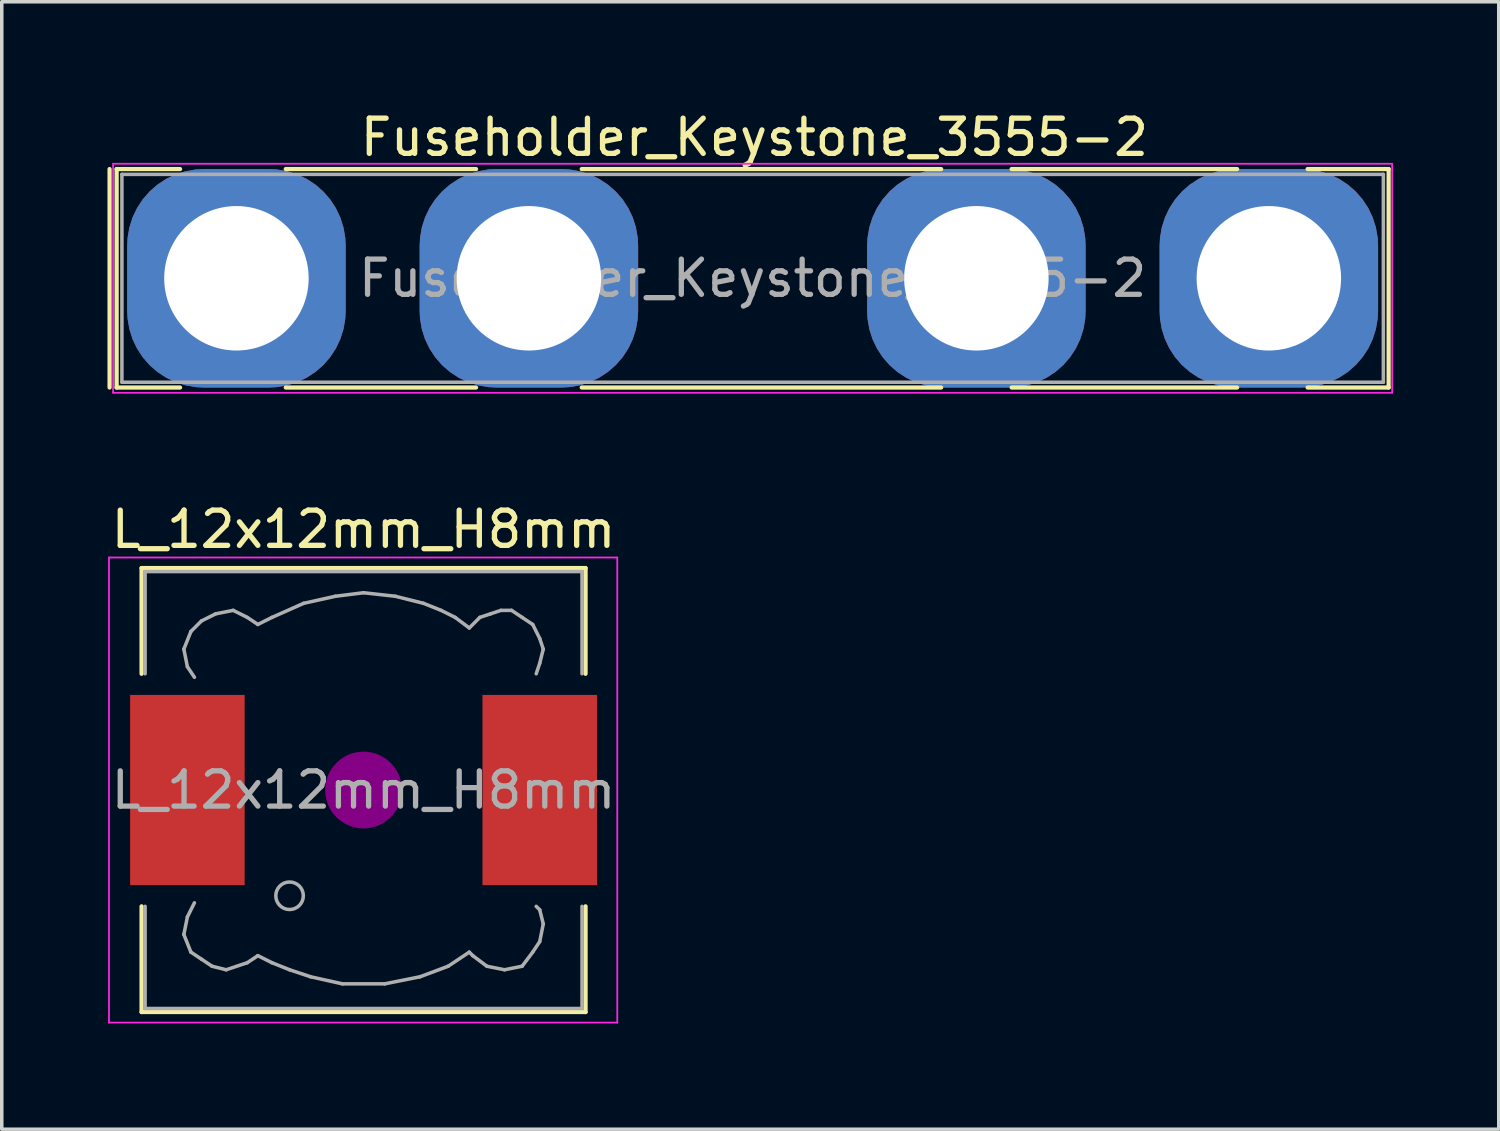
<source format=kicad_pcb>
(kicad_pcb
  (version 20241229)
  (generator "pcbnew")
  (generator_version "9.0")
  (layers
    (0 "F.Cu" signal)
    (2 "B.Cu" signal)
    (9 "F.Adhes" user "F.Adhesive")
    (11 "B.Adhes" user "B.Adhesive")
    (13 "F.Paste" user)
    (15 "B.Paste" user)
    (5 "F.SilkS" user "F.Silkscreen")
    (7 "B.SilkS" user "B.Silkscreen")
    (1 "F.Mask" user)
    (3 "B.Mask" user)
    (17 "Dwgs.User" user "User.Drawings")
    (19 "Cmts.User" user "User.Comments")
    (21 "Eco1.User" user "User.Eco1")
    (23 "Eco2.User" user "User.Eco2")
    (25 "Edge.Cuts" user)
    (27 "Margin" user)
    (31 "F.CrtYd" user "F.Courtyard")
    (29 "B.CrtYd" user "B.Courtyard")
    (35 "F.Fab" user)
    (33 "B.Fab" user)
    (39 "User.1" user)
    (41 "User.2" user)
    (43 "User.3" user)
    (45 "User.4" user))
  (footprint "L_12x12mm_H8mm"
    (layer "F.Cu")
    (at 7.268 19.372)
    (property "Reference" "L_12x12mm_H8mm" (at 0 -7.4 0) (layer "F.SilkS") (effects (font (size 1 1) (thickness 0.15))))
    (attr smd)
    (fp_line (start -6.3 -6.3) (end 6.3 -6.3) (stroke (width 0.12) (type solid)) (layer "F.SilkS"))
    (fp_line (start -6.3 -3.3) (end -6.3 -6.3) (stroke (width 0.12) (type solid)) (layer "F.SilkS"))
    (fp_line (start -6.3 6.3) (end -6.3 3.3) (stroke (width 0.12) (type solid)) (layer "F.SilkS"))
    (fp_line (start 6.3 -6.3) (end 6.3 -3.3) (stroke (width 0.12) (type solid)) (layer "F.SilkS"))
    (fp_line (start 6.3 3.3) (end 6.3 6.3) (stroke (width 0.12) (type solid)) (layer "F.SilkS"))
    (fp_line (start 6.3 6.3) (end -6.3 6.3) (stroke (width 0.12) (type solid)) (layer "F.SilkS"))
    (fp_circle (center 0 0) (end 0.15 0.15) (stroke (width 0.38) (type solid)) (fill no) (layer "F.Adhes"))
    (fp_circle (center 0 0) (end 0.55 0) (stroke (width 0.38) (type solid)) (fill no) (layer "F.Adhes"))
    (fp_circle (center 0 0) (end 0.9 0) (stroke (width 0.38) (type solid)) (fill no) (layer "F.Adhes"))
    (fp_line (start -7.225 -6.6) (end 7.2 -6.6) (stroke (width 0.05) (type solid)) (layer "F.CrtYd"))
    (fp_line (start -7.225 6.6) (end -7.225 -6.6) (stroke (width 0.05) (type solid)) (layer "F.CrtYd"))
    (fp_line (start 7.2 -6.6) (end 7.2 6.6) (stroke (width 0.05) (type solid)) (layer "F.CrtYd"))
    (fp_line (start 7.2 6.6) (end -7.225 6.6) (stroke (width 0.05) (type solid)) (layer "F.CrtYd"))
    (fp_line (start -6.2 -6.2) (end -6.2 -3.3) (stroke (width 0.1) (type solid)) (layer "F.Fab"))
    (fp_line (start -6.2 3.3) (end -6.2 6.2) (stroke (width 0.1) (type solid)) (layer "F.Fab"))
    (fp_line (start -6.2 6.2) (end 6.2 6.2) (stroke (width 0.1) (type solid)) (layer "F.Fab"))
    (fp_line (start -5.1 -4) (end -5 -3.5) (stroke (width 0.1) (type solid)) (layer "F.Fab"))
    (fp_line (start -5.1 4.1) (end -5 3.6) (stroke (width 0.1) (type solid)) (layer "F.Fab"))
    (fp_line (start -5 -3.5) (end -4.8 -3.2) (stroke (width 0.1) (type solid)) (layer "F.Fab"))
    (fp_line (start -5 3.6) (end -4.8 3.2) (stroke (width 0.1) (type solid)) (layer "F.Fab"))
    (fp_line (start -4.9 -4.5) (end -5.1 -4) (stroke (width 0.1) (type solid)) (layer "F.Fab"))
    (fp_line (start -4.9 4.6) (end -5.1 4.1) (stroke (width 0.1) (type solid)) (layer "F.Fab"))
    (fp_line (start -4.6 -4.8) (end -4.9 -4.5) (stroke (width 0.1) (type solid)) (layer "F.Fab"))
    (fp_line (start -4.6 4.8) (end -4.9 4.6) (stroke (width 0.1) (type solid)) (layer "F.Fab"))
    (fp_line (start -4.3 5) (end -4.6 4.8) (stroke (width 0.1) (type solid)) (layer "F.Fab"))
    (fp_line (start -4.2 -5) (end -4.6 -4.8) (stroke (width 0.1) (type solid)) (layer "F.Fab"))
    (fp_line (start -3.9 5.1) (end -4.3 5) (stroke (width 0.1) (type solid)) (layer "F.Fab"))
    (fp_line (start -3.7 -5.1) (end -4.2 -5) (stroke (width 0.1) (type solid)) (layer "F.Fab"))
    (fp_line (start -3.3 -4.9) (end -3.7 -5.1) (stroke (width 0.1) (type solid)) (layer "F.Fab"))
    (fp_line (start -3.3 4.9) (end -3.9 5.1) (stroke (width 0.1) (type solid)) (layer "F.Fab"))
    (fp_line (start -3 -4.7) (end -3.3 -4.9) (stroke (width 0.1) (type solid)) (layer "F.Fab"))
    (fp_line (start -3 4.7) (end -3.3 4.9) (stroke (width 0.1) (type solid)) (layer "F.Fab"))
    (fp_line (start -2.6 -4.9) (end -3 -4.7) (stroke (width 0.1) (type solid)) (layer "F.Fab"))
    (fp_line (start -2.6 4.9) (end -3 4.7) (stroke (width 0.1) (type solid)) (layer "F.Fab"))
    (fp_line (start -2.1 5.1) (end -2.6 4.9) (stroke (width 0.1) (type solid)) (layer "F.Fab"))
    (fp_line (start -1.7 -5.3) (end -2.6 -4.9) (stroke (width 0.1) (type solid)) (layer "F.Fab"))
    (fp_line (start -1.5 5.3) (end -2.1 5.1) (stroke (width 0.1) (type solid)) (layer "F.Fab"))
    (fp_line (start -0.8 -5.5) (end -1.7 -5.3) (stroke (width 0.1) (type solid)) (layer "F.Fab"))
    (fp_line (start -0.6 5.5) (end -1.5 5.3) (stroke (width 0.1) (type solid)) (layer "F.Fab"))
    (fp_line (start 0 -5.6) (end -0.8 -5.5) (stroke (width 0.1) (type solid)) (layer "F.Fab"))
    (fp_line (start 0.6 5.5) (end -0.6 5.5) (stroke (width 0.1) (type solid)) (layer "F.Fab"))
    (fp_line (start 0.9 -5.5) (end 0 -5.6) (stroke (width 0.1) (type solid)) (layer "F.Fab"))
    (fp_line (start 1.6 5.3) (end 0.6 5.5) (stroke (width 0.1) (type solid)) (layer "F.Fab"))
    (fp_line (start 1.7 -5.3) (end 0.9 -5.5) (stroke (width 0.1) (type solid)) (layer "F.Fab"))
    (fp_line (start 2.2 -5.1) (end 1.7 -5.3) (stroke (width 0.1) (type solid)) (layer "F.Fab"))
    (fp_line (start 2.4 5) (end 1.6 5.3) (stroke (width 0.1) (type solid)) (layer "F.Fab"))
    (fp_line (start 2.6 -4.9) (end 2.2 -5.1) (stroke (width 0.1) (type solid)) (layer "F.Fab"))
    (fp_line (start 3 -4.6) (end 2.6 -4.9) (stroke (width 0.1) (type solid)) (layer "F.Fab"))
    (fp_line (start 3 4.6) (end 2.4 5) (stroke (width 0.1) (type solid)) (layer "F.Fab"))
    (fp_line (start 3.1 4.7) (end 3 4.6) (stroke (width 0.1) (type solid)) (layer "F.Fab"))
    (fp_line (start 3.3 -4.9) (end 3 -4.6) (stroke (width 0.1) (type solid)) (layer "F.Fab"))
    (fp_line (start 3.5 5) (end 3.1 4.7) (stroke (width 0.1) (type solid)) (layer "F.Fab"))
    (fp_line (start 3.6 -5) (end 3.3 -4.9) (stroke (width 0.1) (type solid)) (layer "F.Fab"))
    (fp_line (start 3.9 -5.1) (end 3.6 -5) (stroke (width 0.1) (type solid)) (layer "F.Fab"))
    (fp_line (start 4 5.1) (end 3.5 5) (stroke (width 0.1) (type solid)) (layer "F.Fab"))
    (fp_line (start 4.2 -5.1) (end 3.9 -5.1) (stroke (width 0.1) (type solid)) (layer "F.Fab"))
    (fp_line (start 4.5 -4.9) (end 4.2 -5.1) (stroke (width 0.1) (type solid)) (layer "F.Fab"))
    (fp_line (start 4.5 5) (end 4 5.1) (stroke (width 0.1) (type solid)) (layer "F.Fab"))
    (fp_line (start 4.8 -4.7) (end 4.5 -4.9) (stroke (width 0.1) (type solid)) (layer "F.Fab"))
    (fp_line (start 4.8 4.6) (end 4.5 5) (stroke (width 0.1) (type solid)) (layer "F.Fab"))
    (fp_line (start 4.9 -3.3) (end 5 -3.6) (stroke (width 0.1) (type solid)) (layer "F.Fab"))
    (fp_line (start 4.9 3.3) (end 5 3.4) (stroke (width 0.1) (type solid)) (layer "F.Fab"))
    (fp_line (start 5 -4.3) (end 4.8 -4.7) (stroke (width 0.1) (type solid)) (layer "F.Fab"))
    (fp_line (start 5 -3.6) (end 5.1 -4) (stroke (width 0.1) (type solid)) (layer "F.Fab"))
    (fp_line (start 5 3.4) (end 5.1 3.8) (stroke (width 0.1) (type solid)) (layer "F.Fab"))
    (fp_line (start 5 4.3) (end 4.8 4.6) (stroke (width 0.1) (type solid)) (layer "F.Fab"))
    (fp_line (start 5.1 -4) (end 5 -4.3) (stroke (width 0.1) (type solid)) (layer "F.Fab"))
    (fp_line (start 5.1 3.8) (end 5 4.3) (stroke (width 0.1) (type solid)) (layer "F.Fab"))
    (fp_line (start 6.2 -6.2) (end -6.2 -6.2) (stroke (width 0.1) (type solid)) (layer "F.Fab"))
    (fp_line (start 6.2 -6.2) (end 6.2 -3.3) (stroke (width 0.1) (type solid)) (layer "F.Fab"))
    (fp_line (start 6.2 6.2) (end 6.2 3.3) (stroke (width 0.1) (type solid)) (layer "F.Fab"))
    (fp_circle (center -2.1 3) (end -1.8 3.25) (stroke (width 0.1) (type solid)) (fill no) (layer "F.Fab"))
    (fp_text user "${REFERENCE}" (at 0 0 0) (layer "F.Fab") (effects (font (size 1 1) (thickness 0.15))))
    (pad "1" smd rect (at -5 0) (size 3.25 5.4) (layers "F.Cu" "F.Mask" "F.Paste"))
    (pad "2" smd rect (at 5 0) (size 3.25 5.4) (layers "F.Cu" "F.Mask" "F.Paste")))
  (footprint "Fuseholder_Keystone_3555-2"
    (layer "F.Cu")
    (at 3.56 4.848)
    (property "Reference" "Fuseholder_Keystone_3555-2" (at 14.8 -4 180) (layer "F.SilkS") (effects (font (size 1 1) (thickness 0.15))))
    (attr through_hole)
    (fp_line (start -3.5 -3.1) (end -3.5 3.1) (stroke (width 0.12) (type solid)) (layer "F.SilkS"))
    (fp_line (start -3.3 -3.1) (end -1.5 -3.1) (stroke (width 0.12) (type solid)) (layer "F.SilkS"))
    (fp_line (start -3.3 3.1) (end -3.3 -3.1) (stroke (width 0.12) (type solid)) (layer "F.SilkS"))
    (fp_line (start -3.3 3.1) (end -1.5 3.1) (stroke (width 0.12) (type solid)) (layer "F.SilkS"))
    (fp_line (start 1.5 -3.1) (end 6.9 -3.1) (stroke (width 0.12) (type solid)) (layer "F.SilkS"))
    (fp_line (start 1.5 3.1) (end 6.9 3.1) (stroke (width 0.12) (type solid)) (layer "F.SilkS"))
    (fp_line (start 9.9 -3.1) (end 20.1 -3.1) (stroke (width 0.12) (type solid)) (layer "F.SilkS"))
    (fp_line (start 9.9 3.1) (end 20.1 3.1) (stroke (width 0.12) (type solid)) (layer "F.SilkS"))
    (fp_line (start 22.1 -3.1) (end 28.5 -3.1) (stroke (width 0.12) (type solid)) (layer "F.SilkS"))
    (fp_line (start 22.1 3.1) (end 28.5 3.1) (stroke (width 0.12) (type solid)) (layer "F.SilkS"))
    (fp_line (start 30.5 -3.1) (end 32.8 -3.1) (stroke (width 0.12) (type solid)) (layer "F.SilkS"))
    (fp_line (start 30.5 3.1) (end 32.8 3.1) (stroke (width 0.12) (type solid)) (layer "F.SilkS"))
    (fp_line (start 32.8 -3.1) (end 32.8 3.1) (stroke (width 0.12) (type solid)) (layer "F.SilkS"))
    (fp_line (start -3.4 -3.25) (end 32.9 -3.25) (stroke (width 0.05) (type solid)) (layer "F.CrtYd"))
    (fp_line (start -3.4 3.25) (end -3.4 -3.25) (stroke (width 0.05) (type solid)) (layer "F.CrtYd"))
    (fp_line (start 32.9 -3.25) (end 32.9 3.25) (stroke (width 0.05) (type solid)) (layer "F.CrtYd"))
    (fp_line (start 32.9 3.25) (end -3.4 3.25) (stroke (width 0.05) (type solid)) (layer "F.CrtYd"))
    (fp_line (start -3.15 -2.95) (end 32.65 -2.95) (stroke (width 0.1) (type solid)) (layer "F.Fab"))
    (fp_line (start -3.15 2.95) (end -3.15 -2.95) (stroke (width 0.1) (type solid)) (layer "F.Fab"))
    (fp_line (start 32.65 -2.95) (end 32.65 2.95) (stroke (width 0.1) (type solid)) (layer "F.Fab"))
    (fp_line (start 32.65 2.95) (end -3.15 2.95) (stroke (width 0.1) (type solid)) (layer "F.Fab"))
    (fp_text user "${REFERENCE}" (at 14.75 0 180) (layer "F.Fab") (effects (font (size 1 1) (thickness 0.15))))
    (pad "1" thru_hole roundrect (at 0.1 0 90) (size 6.2 6.2) (drill 4.1) (layers "*.Cu" "*.Mask") (roundrect_rratio 0.35))
    (pad "1" thru_hole roundrect (at 8.4 0) (size 6.2 6.2) (drill 4.1) (layers "*.Cu" "*.Mask") (roundrect_rratio 0.35))
    (pad "2" thru_hole roundrect (at 21.1 0) (size 6.2 6.2) (drill 4.1) (layers "*.Cu" "*.Mask") (roundrect_rratio 0.35))
    (pad "2" thru_hole roundrect (at 29.4 0) (size 6.2 6.2) (drill 4.1) (layers "*.Cu" "*.Mask") (roundrect_rratio 0.35)))
  (gr_rect
    (start -3 -3)
    (end 39.485 28.997)
    (stroke (width 0.1) (type default))
    (fill no)
    (layer "Edge.Cuts")))
</source>
